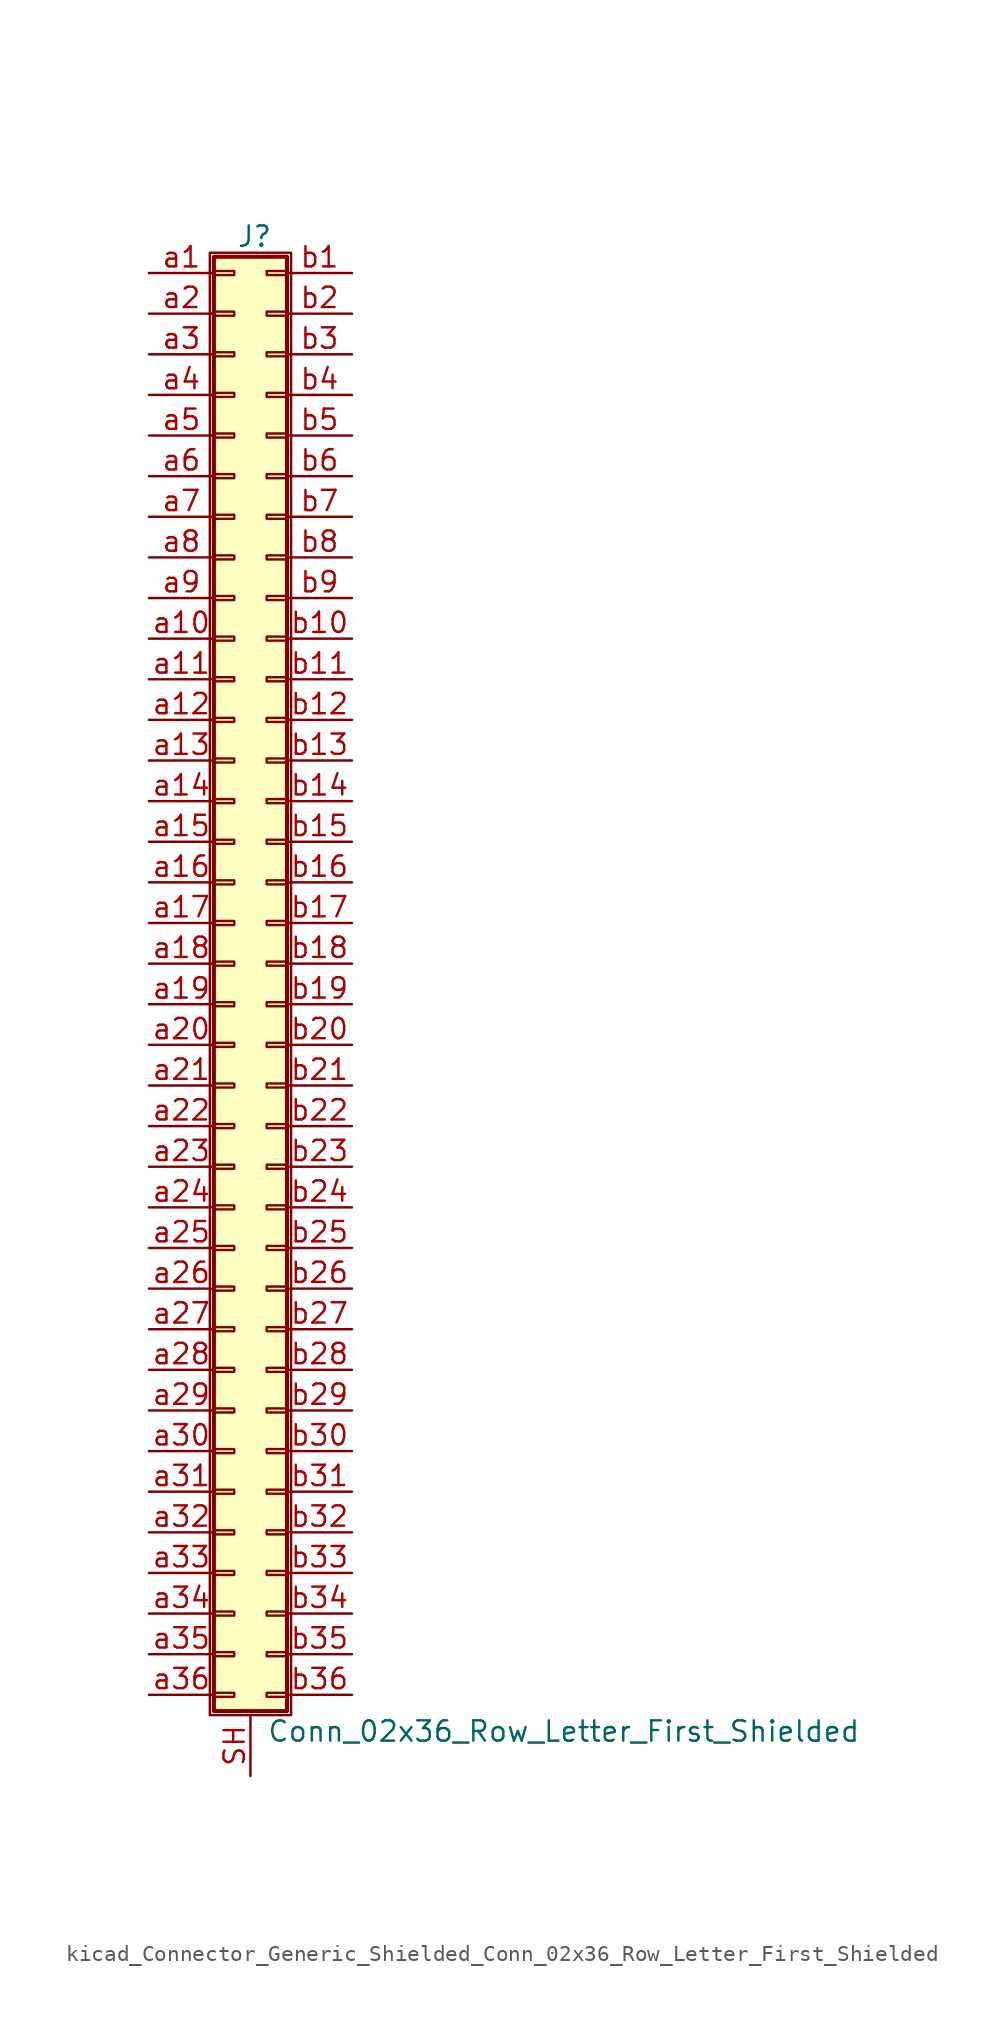
<source format=kicad_sym>
(kicad_symbol_lib
  (version 20220914)
  (generator kicad_symbol_editor)
  (symbol "kicad_Connector_Generic_Shielded_Conn_02x36_Row_Letter_First_Shielded"
    (pin_names
      (offset 1.016) hide)
    (property "Reference" "J"
      (at 1.524 45.466 0)
      (effects (font (size 1.27 1.27))))
    (property "Value" "Conn_02x36_Row_Letter_First_Shielded"
      (at 2.286 -48.006 0)
      (effects (font (size 1.27 1.27)) (justify left)))
    (symbol "kicad_Connector_Generic_Shielded_Conn_02x36_Row_Letter_First_Shielded_1_1"
      (rectangle (start -1.27 44.45) (end 3.81 -46.99) (stroke (width 0.152) (type default)) (fill (type none)))
      (rectangle (start -1.016 -45.593) (end 0.254 -45.847) (stroke (width 0.152) (type default)) (fill (type none)))
      (rectangle (start -1.016 -43.053) (end 0.254 -43.307) (stroke (width 0.152) (type default)) (fill (type none)))
      (rectangle (start -1.016 -40.513) (end 0.254 -40.767) (stroke (width 0.152) (type default)) (fill (type none)))
      (rectangle (start -1.016 -37.973) (end 0.254 -38.227) (stroke (width 0.152) (type default)) (fill (type none)))
      (rectangle (start -1.016 -35.433) (end 0.254 -35.687) (stroke (width 0.152) (type default)) (fill (type none)))
      (rectangle (start -1.016 -32.893) (end 0.254 -33.147) (stroke (width 0.152) (type default)) (fill (type none)))
      (rectangle (start -1.016 -30.353) (end 0.254 -30.607) (stroke (width 0.152) (type default)) (fill (type none)))
      (rectangle (start -1.016 -27.813) (end 0.254 -28.067) (stroke (width 0.152) (type default)) (fill (type none)))
      (rectangle (start -1.016 -25.273) (end 0.254 -25.527) (stroke (width 0.152) (type default)) (fill (type none)))
      (rectangle (start -1.016 -22.733) (end 0.254 -22.987) (stroke (width 0.152) (type default)) (fill (type none)))
      (rectangle (start -1.016 -20.193) (end 0.254 -20.447) (stroke (width 0.152) (type default)) (fill (type none)))
      (rectangle (start -1.016 -17.653) (end 0.254 -17.907) (stroke (width 0.152) (type default)) (fill (type none)))
      (rectangle (start -1.016 -15.113) (end 0.254 -15.367) (stroke (width 0.152) (type default)) (fill (type none)))
      (rectangle (start -1.016 -12.573) (end 0.254 -12.827) (stroke (width 0.152) (type default)) (fill (type none)))
      (rectangle (start -1.016 -10.033) (end 0.254 -10.287) (stroke (width 0.152) (type default)) (fill (type none)))
      (rectangle (start -1.016 -7.493) (end 0.254 -7.747) (stroke (width 0.152) (type default)) (fill (type none)))
      (rectangle (start -1.016 -4.953) (end 0.254 -5.207) (stroke (width 0.152) (type default)) (fill (type none)))
      (rectangle (start -1.016 -2.413) (end 0.254 -2.667) (stroke (width 0.152) (type default)) (fill (type none)))
      (rectangle (start -1.016 0.127) (end 0.254 -0.127) (stroke (width 0.152) (type default)) (fill (type none)))
      (rectangle (start -1.016 2.667) (end 0.254 2.413) (stroke (width 0.152) (type default)) (fill (type none)))
      (rectangle (start -1.016 5.207) (end 0.254 4.953) (stroke (width 0.152) (type default)) (fill (type none)))
      (rectangle (start -1.016 7.747) (end 0.254 7.493) (stroke (width 0.152) (type default)) (fill (type none)))
      (rectangle (start -1.016 10.287) (end 0.254 10.033) (stroke (width 0.152) (type default)) (fill (type none)))
      (rectangle (start -1.016 12.827) (end 0.254 12.573) (stroke (width 0.152) (type default)) (fill (type none)))
      (rectangle (start -1.016 15.367) (end 0.254 15.113) (stroke (width 0.152) (type default)) (fill (type none)))
      (rectangle (start -1.016 17.907) (end 0.254 17.653) (stroke (width 0.152) (type default)) (fill (type none)))
      (rectangle (start -1.016 20.447) (end 0.254 20.193) (stroke (width 0.152) (type default)) (fill (type none)))
      (rectangle (start -1.016 22.987) (end 0.254 22.733) (stroke (width 0.152) (type default)) (fill (type none)))
      (rectangle (start -1.016 25.527) (end 0.254 25.273) (stroke (width 0.152) (type default)) (fill (type none)))
      (rectangle (start -1.016 28.067) (end 0.254 27.813) (stroke (width 0.152) (type default)) (fill (type none)))
      (rectangle (start -1.016 30.607) (end 0.254 30.353) (stroke (width 0.152) (type default)) (fill (type none)))
      (rectangle (start -1.016 33.147) (end 0.254 32.893) (stroke (width 0.152) (type default)) (fill (type none)))
      (rectangle (start -1.016 35.687) (end 0.254 35.433) (stroke (width 0.152) (type default)) (fill (type none)))
      (rectangle (start -1.016 38.227) (end 0.254 37.973) (stroke (width 0.152) (type default)) (fill (type none)))
      (rectangle (start -1.016 40.767) (end 0.254 40.513) (stroke (width 0.152) (type default)) (fill (type none)))
      (rectangle (start -1.016 43.307) (end 0.254 43.053) (stroke (width 0.152) (type default)) (fill (type none)))
      (rectangle (start -1.016 44.196) (end 3.556 -46.736) (stroke (width 0.254) (type default)) (fill (type background)))
      (rectangle (start 3.556 -45.593) (end 2.286 -45.847) (stroke (width 0.152) (type default)) (fill (type none)))
      (rectangle (start 3.556 -43.053) (end 2.286 -43.307) (stroke (width 0.152) (type default)) (fill (type none)))
      (rectangle (start 3.556 -40.513) (end 2.286 -40.767) (stroke (width 0.152) (type default)) (fill (type none)))
      (rectangle (start 3.556 -37.973) (end 2.286 -38.227) (stroke (width 0.152) (type default)) (fill (type none)))
      (rectangle (start 3.556 -35.433) (end 2.286 -35.687) (stroke (width 0.152) (type default)) (fill (type none)))
      (rectangle (start 3.556 -32.893) (end 2.286 -33.147) (stroke (width 0.152) (type default)) (fill (type none)))
      (rectangle (start 3.556 -30.353) (end 2.286 -30.607) (stroke (width 0.152) (type default)) (fill (type none)))
      (rectangle (start 3.556 -27.813) (end 2.286 -28.067) (stroke (width 0.152) (type default)) (fill (type none)))
      (rectangle (start 3.556 -25.273) (end 2.286 -25.527) (stroke (width 0.152) (type default)) (fill (type none)))
      (rectangle (start 3.556 -22.733) (end 2.286 -22.987) (stroke (width 0.152) (type default)) (fill (type none)))
      (rectangle (start 3.556 -20.193) (end 2.286 -20.447) (stroke (width 0.152) (type default)) (fill (type none)))
      (rectangle (start 3.556 -17.653) (end 2.286 -17.907) (stroke (width 0.152) (type default)) (fill (type none)))
      (rectangle (start 3.556 -15.113) (end 2.286 -15.367) (stroke (width 0.152) (type default)) (fill (type none)))
      (rectangle (start 3.556 -12.573) (end 2.286 -12.827) (stroke (width 0.152) (type default)) (fill (type none)))
      (rectangle (start 3.556 -10.033) (end 2.286 -10.287) (stroke (width 0.152) (type default)) (fill (type none)))
      (rectangle (start 3.556 -7.493) (end 2.286 -7.747) (stroke (width 0.152) (type default)) (fill (type none)))
      (rectangle (start 3.556 -4.953) (end 2.286 -5.207) (stroke (width 0.152) (type default)) (fill (type none)))
      (rectangle (start 3.556 -2.413) (end 2.286 -2.667) (stroke (width 0.152) (type default)) (fill (type none)))
      (rectangle (start 3.556 0.127) (end 2.286 -0.127) (stroke (width 0.152) (type default)) (fill (type none)))
      (rectangle (start 3.556 2.667) (end 2.286 2.413) (stroke (width 0.152) (type default)) (fill (type none)))
      (rectangle (start 3.556 5.207) (end 2.286 4.953) (stroke (width 0.152) (type default)) (fill (type none)))
      (rectangle (start 3.556 7.747) (end 2.286 7.493) (stroke (width 0.152) (type default)) (fill (type none)))
      (rectangle (start 3.556 10.287) (end 2.286 10.033) (stroke (width 0.152) (type default)) (fill (type none)))
      (rectangle (start 3.556 12.827) (end 2.286 12.573) (stroke (width 0.152) (type default)) (fill (type none)))
      (rectangle (start 3.556 15.367) (end 2.286 15.113) (stroke (width 0.152) (type default)) (fill (type none)))
      (rectangle (start 3.556 17.907) (end 2.286 17.653) (stroke (width 0.152) (type default)) (fill (type none)))
      (rectangle (start 3.556 20.447) (end 2.286 20.193) (stroke (width 0.152) (type default)) (fill (type none)))
      (rectangle (start 3.556 22.987) (end 2.286 22.733) (stroke (width 0.152) (type default)) (fill (type none)))
      (rectangle (start 3.556 25.527) (end 2.286 25.273) (stroke (width 0.152) (type default)) (fill (type none)))
      (rectangle (start 3.556 28.067) (end 2.286 27.813) (stroke (width 0.152) (type default)) (fill (type none)))
      (rectangle (start 3.556 30.607) (end 2.286 30.353) (stroke (width 0.152) (type default)) (fill (type none)))
      (rectangle (start 3.556 33.147) (end 2.286 32.893) (stroke (width 0.152) (type default)) (fill (type none)))
      (rectangle (start 3.556 35.687) (end 2.286 35.433) (stroke (width 0.152) (type default)) (fill (type none)))
      (rectangle (start 3.556 38.227) (end 2.286 37.973) (stroke (width 0.152) (type default)) (fill (type none)))
      (rectangle (start 3.556 40.767) (end 2.286 40.513) (stroke (width 0.152) (type default)) (fill (type none)))
      (rectangle (start 3.556 43.307) (end 2.286 43.053) (stroke (width 0.152) (type default)) (fill (type none)))
      (pin passive line (at 1.27 -50.8 90) (length 3.81) (name "Shield" (effects (font (size 1.27 1.27)))) (number "SH" (effects (font (size 1.27 1.27)))))
      (pin passive line (at -5.08 43.18 0) (length 4.064) (name "Pin_a1" (effects (font (size 1.27 1.27)))) (number "a1" (effects (font (size 1.27 1.27)))))
      (pin passive line (at -5.08 20.32 0) (length 4.064) (name "Pin_a10" (effects (font (size 1.27 1.27)))) (number "a10" (effects (font (size 1.27 1.27)))))
      (pin passive line (at -5.08 17.78 0) (length 4.064) (name "Pin_a11" (effects (font (size 1.27 1.27)))) (number "a11" (effects (font (size 1.27 1.27)))))
      (pin passive line (at -5.08 15.24 0) (length 4.064) (name "Pin_a12" (effects (font (size 1.27 1.27)))) (number "a12" (effects (font (size 1.27 1.27)))))
      (pin passive line (at -5.08 12.7 0) (length 4.064) (name "Pin_a13" (effects (font (size 1.27 1.27)))) (number "a13" (effects (font (size 1.27 1.27)))))
      (pin passive line (at -5.08 10.16 0) (length 4.064) (name "Pin_a14" (effects (font (size 1.27 1.27)))) (number "a14" (effects (font (size 1.27 1.27)))))
      (pin passive line (at -5.08 7.62 0) (length 4.064) (name "Pin_a15" (effects (font (size 1.27 1.27)))) (number "a15" (effects (font (size 1.27 1.27)))))
      (pin passive line (at -5.08 5.08 0) (length 4.064) (name "Pin_a16" (effects (font (size 1.27 1.27)))) (number "a16" (effects (font (size 1.27 1.27)))))
      (pin passive line (at -5.08 2.54 0) (length 4.064) (name "Pin_a17" (effects (font (size 1.27 1.27)))) (number "a17" (effects (font (size 1.27 1.27)))))
      (pin passive line (at -5.08 0 0) (length 4.064) (name "Pin_a18" (effects (font (size 1.27 1.27)))) (number "a18" (effects (font (size 1.27 1.27)))))
      (pin passive line (at -5.08 -2.54 0) (length 4.064) (name "Pin_a19" (effects (font (size 1.27 1.27)))) (number "a19" (effects (font (size 1.27 1.27)))))
      (pin passive line (at -5.08 40.64 0) (length 4.064) (name "Pin_a2" (effects (font (size 1.27 1.27)))) (number "a2" (effects (font (size 1.27 1.27)))))
      (pin passive line (at -5.08 -5.08 0) (length 4.064) (name "Pin_a20" (effects (font (size 1.27 1.27)))) (number "a20" (effects (font (size 1.27 1.27)))))
      (pin passive line (at -5.08 -7.62 0) (length 4.064) (name "Pin_a21" (effects (font (size 1.27 1.27)))) (number "a21" (effects (font (size 1.27 1.27)))))
      (pin passive line (at -5.08 -10.16 0) (length 4.064) (name "Pin_a22" (effects (font (size 1.27 1.27)))) (number "a22" (effects (font (size 1.27 1.27)))))
      (pin passive line (at -5.08 -12.7 0) (length 4.064) (name "Pin_a23" (effects (font (size 1.27 1.27)))) (number "a23" (effects (font (size 1.27 1.27)))))
      (pin passive line (at -5.08 -15.24 0) (length 4.064) (name "Pin_a24" (effects (font (size 1.27 1.27)))) (number "a24" (effects (font (size 1.27 1.27)))))
      (pin passive line (at -5.08 -17.78 0) (length 4.064) (name "Pin_a25" (effects (font (size 1.27 1.27)))) (number "a25" (effects (font (size 1.27 1.27)))))
      (pin passive line (at -5.08 -20.32 0) (length 4.064) (name "Pin_a26" (effects (font (size 1.27 1.27)))) (number "a26" (effects (font (size 1.27 1.27)))))
      (pin passive line (at -5.08 -22.86 0) (length 4.064) (name "Pin_a27" (effects (font (size 1.27 1.27)))) (number "a27" (effects (font (size 1.27 1.27)))))
      (pin passive line (at -5.08 -25.4 0) (length 4.064) (name "Pin_a28" (effects (font (size 1.27 1.27)))) (number "a28" (effects (font (size 1.27 1.27)))))
      (pin passive line (at -5.08 -27.94 0) (length 4.064) (name "Pin_a29" (effects (font (size 1.27 1.27)))) (number "a29" (effects (font (size 1.27 1.27)))))
      (pin passive line (at -5.08 38.1 0) (length 4.064) (name "Pin_a3" (effects (font (size 1.27 1.27)))) (number "a3" (effects (font (size 1.27 1.27)))))
      (pin passive line (at -5.08 -30.48 0) (length 4.064) (name "Pin_a30" (effects (font (size 1.27 1.27)))) (number "a30" (effects (font (size 1.27 1.27)))))
      (pin passive line (at -5.08 -33.02 0) (length 4.064) (name "Pin_a31" (effects (font (size 1.27 1.27)))) (number "a31" (effects (font (size 1.27 1.27)))))
      (pin passive line (at -5.08 -35.56 0) (length 4.064) (name "Pin_a32" (effects (font (size 1.27 1.27)))) (number "a32" (effects (font (size 1.27 1.27)))))
      (pin passive line (at -5.08 -38.1 0) (length 4.064) (name "Pin_a33" (effects (font (size 1.27 1.27)))) (number "a33" (effects (font (size 1.27 1.27)))))
      (pin passive line (at -5.08 -40.64 0) (length 4.064) (name "Pin_a34" (effects (font (size 1.27 1.27)))) (number "a34" (effects (font (size 1.27 1.27)))))
      (pin passive line (at -5.08 -43.18 0) (length 4.064) (name "Pin_a35" (effects (font (size 1.27 1.27)))) (number "a35" (effects (font (size 1.27 1.27)))))
      (pin passive line (at -5.08 -45.72 0) (length 4.064) (name "Pin_a36" (effects (font (size 1.27 1.27)))) (number "a36" (effects (font (size 1.27 1.27)))))
      (pin passive line (at -5.08 35.56 0) (length 4.064) (name "Pin_a4" (effects (font (size 1.27 1.27)))) (number "a4" (effects (font (size 1.27 1.27)))))
      (pin passive line (at -5.08 33.02 0) (length 4.064) (name "Pin_a5" (effects (font (size 1.27 1.27)))) (number "a5" (effects (font (size 1.27 1.27)))))
      (pin passive line (at -5.08 30.48 0) (length 4.064) (name "Pin_a6" (effects (font (size 1.27 1.27)))) (number "a6" (effects (font (size 1.27 1.27)))))
      (pin passive line (at -5.08 27.94 0) (length 4.064) (name "Pin_a7" (effects (font (size 1.27 1.27)))) (number "a7" (effects (font (size 1.27 1.27)))))
      (pin passive line (at -5.08 25.4 0) (length 4.064) (name "Pin_a8" (effects (font (size 1.27 1.27)))) (number "a8" (effects (font (size 1.27 1.27)))))
      (pin passive line (at -5.08 22.86 0) (length 4.064) (name "Pin_a9" (effects (font (size 1.27 1.27)))) (number "a9" (effects (font (size 1.27 1.27)))))
      (pin passive line (at 7.62 43.18 180) (length 4.064) (name "Pin_b1" (effects (font (size 1.27 1.27)))) (number "b1" (effects (font (size 1.27 1.27)))))
      (pin passive line (at 7.62 20.32 180) (length 4.064) (name "Pin_b10" (effects (font (size 1.27 1.27)))) (number "b10" (effects (font (size 1.27 1.27)))))
      (pin passive line (at 7.62 17.78 180) (length 4.064) (name "Pin_b11" (effects (font (size 1.27 1.27)))) (number "b11" (effects (font (size 1.27 1.27)))))
      (pin passive line (at 7.62 15.24 180) (length 4.064) (name "Pin_b12" (effects (font (size 1.27 1.27)))) (number "b12" (effects (font (size 1.27 1.27)))))
      (pin passive line (at 7.62 12.7 180) (length 4.064) (name "Pin_b13" (effects (font (size 1.27 1.27)))) (number "b13" (effects (font (size 1.27 1.27)))))
      (pin passive line (at 7.62 10.16 180) (length 4.064) (name "Pin_b14" (effects (font (size 1.27 1.27)))) (number "b14" (effects (font (size 1.27 1.27)))))
      (pin passive line (at 7.62 7.62 180) (length 4.064) (name "Pin_b15" (effects (font (size 1.27 1.27)))) (number "b15" (effects (font (size 1.27 1.27)))))
      (pin passive line (at 7.62 5.08 180) (length 4.064) (name "Pin_b16" (effects (font (size 1.27 1.27)))) (number "b16" (effects (font (size 1.27 1.27)))))
      (pin passive line (at 7.62 2.54 180) (length 4.064) (name "Pin_b17" (effects (font (size 1.27 1.27)))) (number "b17" (effects (font (size 1.27 1.27)))))
      (pin passive line (at 7.62 0 180) (length 4.064) (name "Pin_b18" (effects (font (size 1.27 1.27)))) (number "b18" (effects (font (size 1.27 1.27)))))
      (pin passive line (at 7.62 -2.54 180) (length 4.064) (name "Pin_b19" (effects (font (size 1.27 1.27)))) (number "b19" (effects (font (size 1.27 1.27)))))
      (pin passive line (at 7.62 40.64 180) (length 4.064) (name "Pin_b2" (effects (font (size 1.27 1.27)))) (number "b2" (effects (font (size 1.27 1.27)))))
      (pin passive line (at 7.62 -5.08 180) (length 4.064) (name "Pin_b20" (effects (font (size 1.27 1.27)))) (number "b20" (effects (font (size 1.27 1.27)))))
      (pin passive line (at 7.62 -7.62 180) (length 4.064) (name "Pin_b21" (effects (font (size 1.27 1.27)))) (number "b21" (effects (font (size 1.27 1.27)))))
      (pin passive line (at 7.62 -10.16 180) (length 4.064) (name "Pin_b22" (effects (font (size 1.27 1.27)))) (number "b22" (effects (font (size 1.27 1.27)))))
      (pin passive line (at 7.62 -12.7 180) (length 4.064) (name "Pin_b23" (effects (font (size 1.27 1.27)))) (number "b23" (effects (font (size 1.27 1.27)))))
      (pin passive line (at 7.62 -15.24 180) (length 4.064) (name "Pin_b24" (effects (font (size 1.27 1.27)))) (number "b24" (effects (font (size 1.27 1.27)))))
      (pin passive line (at 7.62 -17.78 180) (length 4.064) (name "Pin_b25" (effects (font (size 1.27 1.27)))) (number "b25" (effects (font (size 1.27 1.27)))))
      (pin passive line (at 7.62 -20.32 180) (length 4.064) (name "Pin_b26" (effects (font (size 1.27 1.27)))) (number "b26" (effects (font (size 1.27 1.27)))))
      (pin passive line (at 7.62 -22.86 180) (length 4.064) (name "Pin_b27" (effects (font (size 1.27 1.27)))) (number "b27" (effects (font (size 1.27 1.27)))))
      (pin passive line (at 7.62 -25.4 180) (length 4.064) (name "Pin_b28" (effects (font (size 1.27 1.27)))) (number "b28" (effects (font (size 1.27 1.27)))))
      (pin passive line (at 7.62 -27.94 180) (length 4.064) (name "Pin_b29" (effects (font (size 1.27 1.27)))) (number "b29" (effects (font (size 1.27 1.27)))))
      (pin passive line (at 7.62 38.1 180) (length 4.064) (name "Pin_b3" (effects (font (size 1.27 1.27)))) (number "b3" (effects (font (size 1.27 1.27)))))
      (pin passive line (at 7.62 -30.48 180) (length 4.064) (name "Pin_b30" (effects (font (size 1.27 1.27)))) (number "b30" (effects (font (size 1.27 1.27)))))
      (pin passive line (at 7.62 -33.02 180) (length 4.064) (name "Pin_b31" (effects (font (size 1.27 1.27)))) (number "b31" (effects (font (size 1.27 1.27)))))
      (pin passive line (at 7.62 -35.56 180) (length 4.064) (name "Pin_b32" (effects (font (size 1.27 1.27)))) (number "b32" (effects (font (size 1.27 1.27)))))
      (pin passive line (at 7.62 -38.1 180) (length 4.064) (name "Pin_b33" (effects (font (size 1.27 1.27)))) (number "b33" (effects (font (size 1.27 1.27)))))
      (pin passive line (at 7.62 -40.64 180) (length 4.064) (name "Pin_b34" (effects (font (size 1.27 1.27)))) (number "b34" (effects (font (size 1.27 1.27)))))
      (pin passive line (at 7.62 -43.18 180) (length 4.064) (name "Pin_b35" (effects (font (size 1.27 1.27)))) (number "b35" (effects (font (size 1.27 1.27)))))
      (pin passive line (at 7.62 -45.72 180) (length 4.064) (name "Pin_b36" (effects (font (size 1.27 1.27)))) (number "b36" (effects (font (size 1.27 1.27)))))
      (pin passive line (at 7.62 35.56 180) (length 4.064) (name "Pin_b4" (effects (font (size 1.27 1.27)))) (number "b4" (effects (font (size 1.27 1.27)))))
      (pin passive line (at 7.62 33.02 180) (length 4.064) (name "Pin_b5" (effects (font (size 1.27 1.27)))) (number "b5" (effects (font (size 1.27 1.27)))))
      (pin passive line (at 7.62 30.48 180) (length 4.064) (name "Pin_b6" (effects (font (size 1.27 1.27)))) (number "b6" (effects (font (size 1.27 1.27)))))
      (pin passive line (at 7.62 27.94 180) (length 4.064) (name "Pin_b7" (effects (font (size 1.27 1.27)))) (number "b7" (effects (font (size 1.27 1.27)))))
      (pin passive line (at 7.62 25.4 180) (length 4.064) (name "Pin_b8" (effects (font (size 1.27 1.27)))) (number "b8" (effects (font (size 1.27 1.27)))))
      (pin passive line (at 7.62 22.86 180) (length 4.064) (name "Pin_b9" (effects (font (size 1.27 1.27)))) (number "b9" (effects (font (size 1.27 1.27))))))))
</source>
